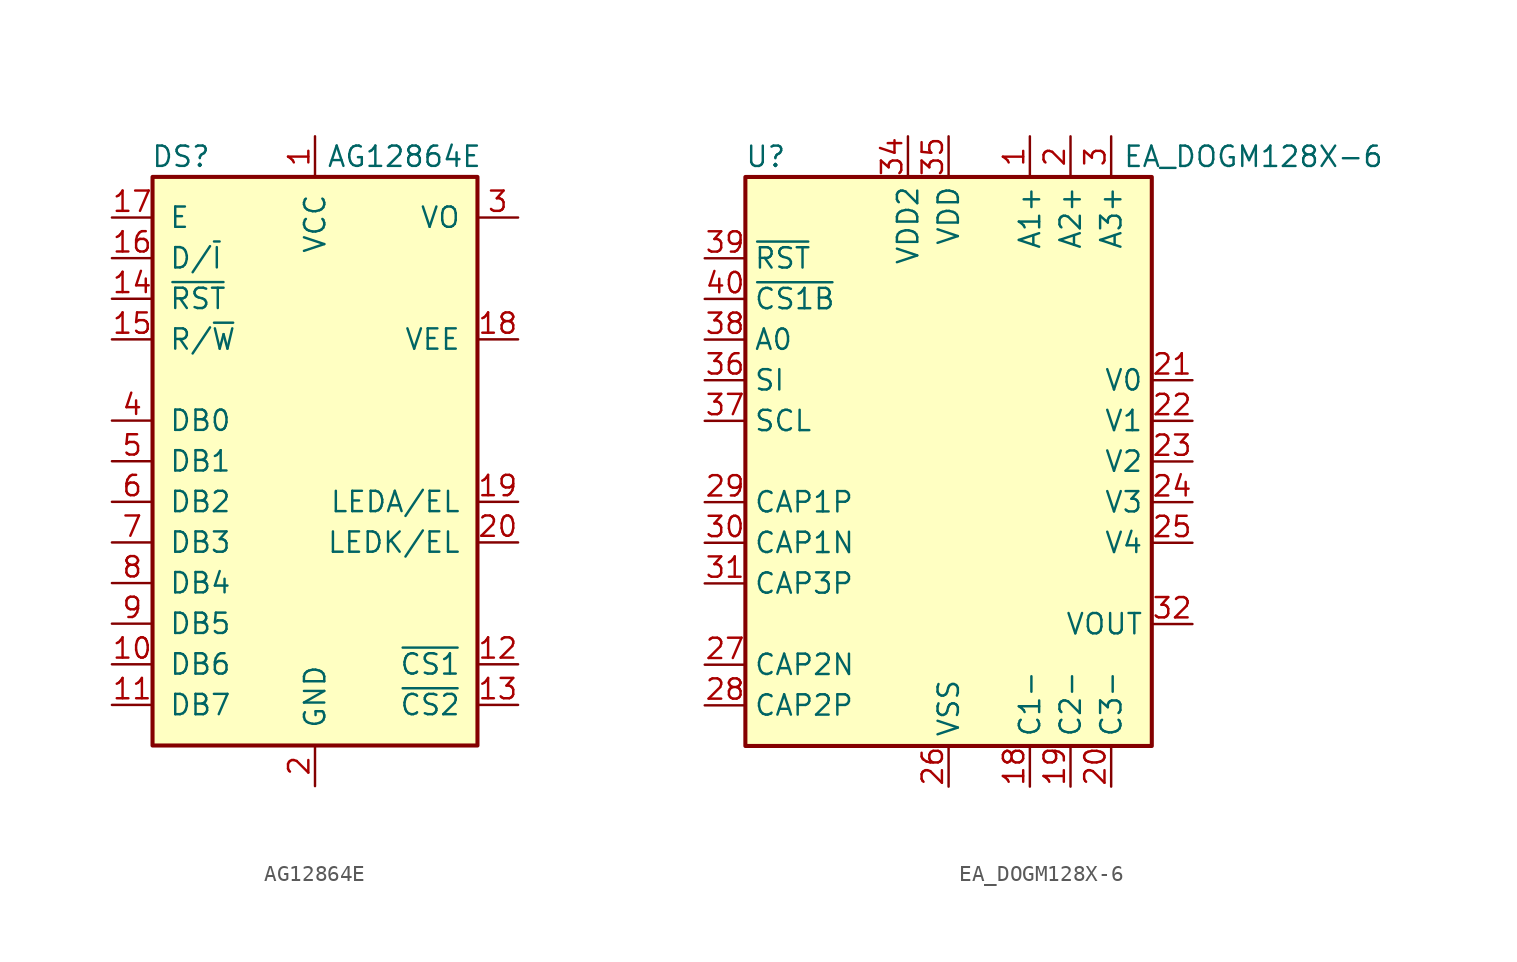
<source format=kicad_sym>
(kicad_symbol_lib
  (version 20241209)
  (generator "kicad_symbol_editor")
  (generator_version "9.0")
  (symbol "AG12864E"
    (pin_names
      (offset 1.016))
    (property "Reference" "DS"
      (at -8.382 19.05 0)
      (effects (font (size 1.27 1.27))))
    (property "Value" "AG12864E"
      (at 5.588 19.05 0)
      (effects (font (size 1.27 1.27))))
    (symbol "AG12864E_0_1"
      (rectangle (start -10.16 17.78) (end 10.16 -17.78) (stroke (width 0.254) (type default)) (fill (type background))))
    (symbol "AG12864E_1_1"
      (pin input line (at -12.7 15.24 0) (length 2.54) (name "E" (effects (font (size 1.27 1.27)))) (number "17" (effects (font (size 1.27 1.27)))))
      (pin input line (at -12.7 12.7 0) (length 2.54) (name "D/~{I}" (effects (font (size 1.27 1.27)))) (number "16" (effects (font (size 1.27 1.27)))))
      (pin input line (at -12.7 10.16 0) (length 2.54) (name "~{RST}" (effects (font (size 1.27 1.27)))) (number "14" (effects (font (size 1.27 1.27)))))
      (pin input line (at -12.7 7.62 0) (length 2.54) (name "R/~{W}" (effects (font (size 1.27 1.27)))) (number "15" (effects (font (size 1.27 1.27)))))
      (pin bidirectional line (at -12.7 2.54 0) (length 2.54) (name "DB0" (effects (font (size 1.27 1.27)))) (number "4" (effects (font (size 1.27 1.27)))))
      (pin bidirectional line (at -12.7 0 0) (length 2.54) (name "DB1" (effects (font (size 1.27 1.27)))) (number "5" (effects (font (size 1.27 1.27)))))
      (pin bidirectional line (at -12.7 -2.54 0) (length 2.54) (name "DB2" (effects (font (size 1.27 1.27)))) (number "6" (effects (font (size 1.27 1.27)))))
      (pin bidirectional line (at -12.7 -5.08 0) (length 2.54) (name "DB3" (effects (font (size 1.27 1.27)))) (number "7" (effects (font (size 1.27 1.27)))))
      (pin bidirectional line (at -12.7 -7.62 0) (length 2.54) (name "DB4" (effects (font (size 1.27 1.27)))) (number "8" (effects (font (size 1.27 1.27)))))
      (pin bidirectional line (at -12.7 -10.16 0) (length 2.54) (name "DB5" (effects (font (size 1.27 1.27)))) (number "9" (effects (font (size 1.27 1.27)))))
      (pin bidirectional line (at -12.7 -12.7 0) (length 2.54) (name "DB6" (effects (font (size 1.27 1.27)))) (number "10" (effects (font (size 1.27 1.27)))))
      (pin bidirectional line (at -12.7 -15.24 0) (length 2.54) (name "DB7" (effects (font (size 1.27 1.27)))) (number "11" (effects (font (size 1.27 1.27)))))
      (pin power_in line (at 0 20.32 270) (length 2.54) (name "VCC" (effects (font (size 1.27 1.27)))) (number "1" (effects (font (size 1.27 1.27)))))
      (pin power_in line (at 0 -20.32 90) (length 2.54) (name "GND" (effects (font (size 1.27 1.27)))) (number "2" (effects (font (size 1.27 1.27)))))
      (pin passive line (at 12.7 15.24 180) (length 2.54) (name "VO" (effects (font (size 1.27 1.27)))) (number "3" (effects (font (size 1.27 1.27)))))
      (pin passive line (at 12.7 7.62 180) (length 2.54) (name "VEE" (effects (font (size 1.27 1.27)))) (number "18" (effects (font (size 1.27 1.27)))))
      (pin passive line (at 12.7 -2.54 180) (length 2.54) (name "LEDA/EL" (effects (font (size 1.27 1.27)))) (number "19" (effects (font (size 1.27 1.27)))))
      (pin passive line (at 12.7 -5.08 180) (length 2.54) (name "LEDK/EL" (effects (font (size 1.27 1.27)))) (number "20" (effects (font (size 1.27 1.27)))))
      (pin input line (at 12.7 -12.7 180) (length 2.54) (name "~{CS1}" (effects (font (size 1.27 1.27)))) (number "12" (effects (font (size 1.27 1.27)))))
      (pin input line (at 12.7 -15.24 180) (length 2.54) (name "~{CS2}" (effects (font (size 1.27 1.27)))) (number "13" (effects (font (size 1.27 1.27)))))))
  (symbol "EA_DOGM128X-6"
    (property "Reference" "U"
      (at -11.43 19.05 0)
      (effects (font (size 1.27 1.27))))
    (property "Value" "EA_DOGM128X-6"
      (at 19.05 19.05 0)
      (effects (font (size 1.27 1.27))))
    (symbol "EA_DOGM128X-6_1_1"
      (rectangle (start -12.7 17.78) (end 12.7 -17.78) (stroke (width 0.254) (type default)) (fill (type background)))
      (pin input line (at -15.24 12.7 0) (length 2.54) (name "~{RST}" (effects (font (size 1.27 1.27)))) (number "39" (effects (font (size 1.27 1.27)))))
      (pin input line (at -15.24 10.16 0) (length 2.54) (name "~{CS1B}" (effects (font (size 1.27 1.27)))) (number "40" (effects (font (size 1.27 1.27)))))
      (pin input line (at -15.24 7.62 0) (length 2.54) (name "A0" (effects (font (size 1.27 1.27)))) (number "38" (effects (font (size 1.27 1.27)))))
      (pin input line (at -15.24 5.08 0) (length 2.54) (name "SI" (effects (font (size 1.27 1.27)))) (number "36" (effects (font (size 1.27 1.27)))))
      (pin input line (at -15.24 2.54 0) (length 2.54) (name "SCL" (effects (font (size 1.27 1.27)))) (number "37" (effects (font (size 1.27 1.27)))))
      (pin passive line (at -15.24 -2.54 0) (length 2.54) (name "CAP1P" (effects (font (size 1.27 1.27)))) (number "29" (effects (font (size 1.27 1.27)))))
      (pin passive line (at -15.24 -5.08 0) (length 2.54) (name "CAP1N" (effects (font (size 1.27 1.27)))) (number "30" (effects (font (size 1.27 1.27)))))
      (pin passive line (at -15.24 -7.62 0) (length 2.54) (name "CAP3P" (effects (font (size 1.27 1.27)))) (number "31" (effects (font (size 1.27 1.27)))))
      (pin passive line (at -15.24 -12.7 0) (length 2.54) (name "CAP2N" (effects (font (size 1.27 1.27)))) (number "27" (effects (font (size 1.27 1.27)))))
      (pin passive line (at -15.24 -15.24 0) (length 2.54) (name "CAP2P" (effects (font (size 1.27 1.27)))) (number "28" (effects (font (size 1.27 1.27)))))
      (pin power_in line (at -2.54 20.32 270) (length 2.54) (name "VDD2" (effects (font (size 1.27 1.27)))) (number "34" (effects (font (size 1.27 1.27)))))
      (pin power_in line (at 0 20.32 270) (length 2.54) (name "VDD" (effects (font (size 1.27 1.27)))) (number "35" (effects (font (size 1.27 1.27)))))
      (pin power_in line (at 0 -20.32 90) (length 2.54) (name "VSS" (effects (font (size 1.27 1.27)))) (number "26" (effects (font (size 1.27 1.27)))))
      (pin passive line (at 0 -20.32 90) (length 2.54) (hide yes) (name "VSS" (effects (font (size 1.27 1.27)))) (number "33" (effects (font (size 1.27 1.27)))))
      (pin power_in line (at 5.08 20.32 270) (length 2.54) (name "A1+" (effects (font (size 1.27 1.27)))) (number "1" (effects (font (size 1.27 1.27)))))
      (pin power_in line (at 5.08 -20.32 90) (length 2.54) (name "C1-" (effects (font (size 1.27 1.27)))) (number "18" (effects (font (size 1.27 1.27)))))
      (pin power_in line (at 7.62 20.32 270) (length 2.54) (name "A2+" (effects (font (size 1.27 1.27)))) (number "2" (effects (font (size 1.27 1.27)))))
      (pin power_in line (at 7.62 -20.32 90) (length 2.54) (name "C2-" (effects (font (size 1.27 1.27)))) (number "19" (effects (font (size 1.27 1.27)))))
      (pin power_in line (at 10.16 20.32 270) (length 2.54) (name "A3+" (effects (font (size 1.27 1.27)))) (number "3" (effects (font (size 1.27 1.27)))))
      (pin power_in line (at 10.16 -20.32 90) (length 2.54) (name "C3-" (effects (font (size 1.27 1.27)))) (number "20" (effects (font (size 1.27 1.27)))))
      (pin passive line (at 15.24 5.08 180) (length 2.54) (name "V0" (effects (font (size 1.27 1.27)))) (number "21" (effects (font (size 1.27 1.27)))))
      (pin passive line (at 15.24 2.54 180) (length 2.54) (name "V1" (effects (font (size 1.27 1.27)))) (number "22" (effects (font (size 1.27 1.27)))))
      (pin passive line (at 15.24 0 180) (length 2.54) (name "V2" (effects (font (size 1.27 1.27)))) (number "23" (effects (font (size 1.27 1.27)))))
      (pin passive line (at 15.24 -2.54 180) (length 2.54) (name "V3" (effects (font (size 1.27 1.27)))) (number "24" (effects (font (size 1.27 1.27)))))
      (pin passive line (at 15.24 -5.08 180) (length 2.54) (name "V4" (effects (font (size 1.27 1.27)))) (number "25" (effects (font (size 1.27 1.27)))))
      (pin output line (at 15.24 -10.16 180) (length 2.54) (name "VOUT" (effects (font (size 1.27 1.27)))) (number "32" (effects (font (size 1.27 1.27))))))))
</source>
